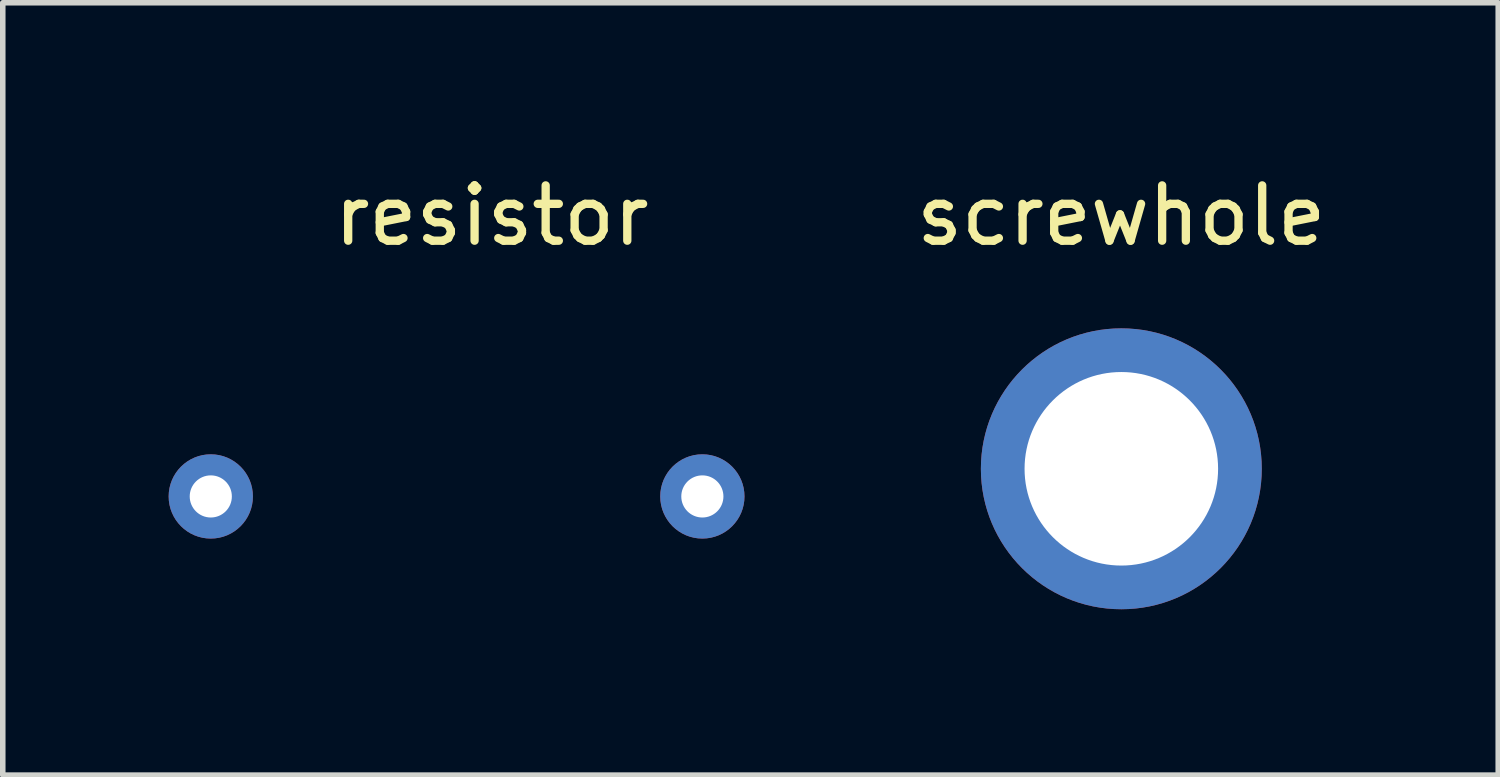
<source format=kicad_pcb>
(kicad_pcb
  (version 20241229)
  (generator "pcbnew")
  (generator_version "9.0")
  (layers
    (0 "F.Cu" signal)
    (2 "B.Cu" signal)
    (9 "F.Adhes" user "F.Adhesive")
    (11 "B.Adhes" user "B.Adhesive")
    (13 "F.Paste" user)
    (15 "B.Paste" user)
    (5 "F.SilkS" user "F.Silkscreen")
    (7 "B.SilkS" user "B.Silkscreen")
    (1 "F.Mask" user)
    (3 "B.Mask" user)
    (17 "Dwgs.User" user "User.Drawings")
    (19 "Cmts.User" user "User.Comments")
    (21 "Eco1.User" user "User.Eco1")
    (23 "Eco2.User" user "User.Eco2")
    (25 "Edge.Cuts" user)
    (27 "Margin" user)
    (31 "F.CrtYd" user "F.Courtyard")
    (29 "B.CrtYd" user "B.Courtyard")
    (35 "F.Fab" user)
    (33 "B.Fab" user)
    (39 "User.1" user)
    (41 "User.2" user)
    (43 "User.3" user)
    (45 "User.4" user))
  (footprint "resistor"
    (layer "F.Cu")
    (at 5.842 5.928)
    (property "Reference" "resistor" (at 0 -5.08 0) (layer "F.SilkS") (effects (font (size 1 1) (thickness 0.15))))
    (attr through_hole)
    (pad "1" thru_hole circle (at -5.08 0) (size 1.524 1.524) (drill 0.762) (layers "*.Cu" "*.Mask"))
    (pad "2" thru_hole circle (at 3.81 0) (size 1.524 1.524) (drill 0.762) (layers "*.Cu" "*.Mask")))
  (footprint "screwhole"
    (layer "F.Cu")
    (at 17.229 5.428)
    (property "Reference" "screwhole" (at 0 -4.58 0) (layer "F.SilkS") (effects (font (size 1 1) (thickness 0.15))))
    (attr through_hole)
    (pad "1" thru_hole circle (at 0 0) (size 5.08 5.08) (drill 3.5) (layers "*.Cu" "*.Mask")))
  (gr_rect
    (start -3 -3)
    (end 24.045 10.968)
    (stroke (width 0.1) (type default))
    (fill no)
    (layer "Edge.Cuts")))
</source>
